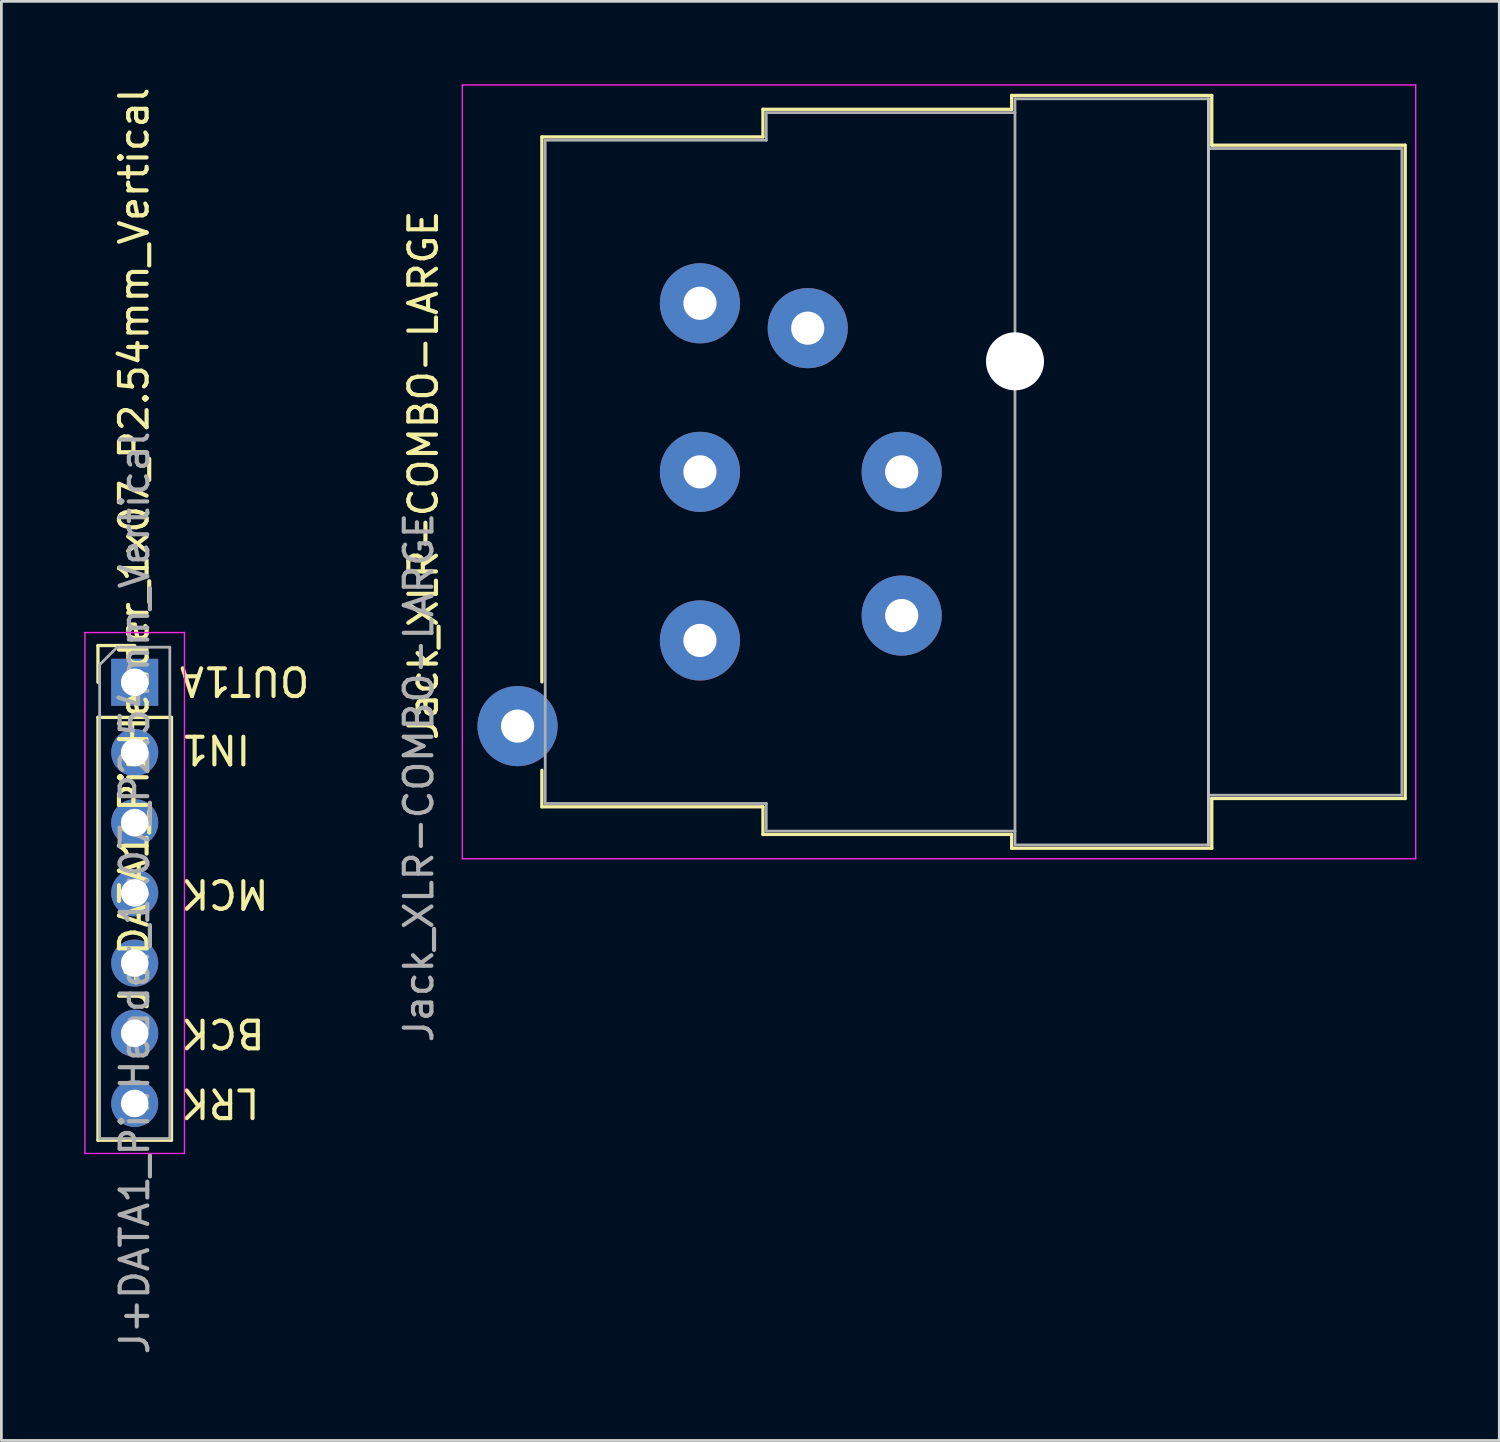
<source format=kicad_pcb>
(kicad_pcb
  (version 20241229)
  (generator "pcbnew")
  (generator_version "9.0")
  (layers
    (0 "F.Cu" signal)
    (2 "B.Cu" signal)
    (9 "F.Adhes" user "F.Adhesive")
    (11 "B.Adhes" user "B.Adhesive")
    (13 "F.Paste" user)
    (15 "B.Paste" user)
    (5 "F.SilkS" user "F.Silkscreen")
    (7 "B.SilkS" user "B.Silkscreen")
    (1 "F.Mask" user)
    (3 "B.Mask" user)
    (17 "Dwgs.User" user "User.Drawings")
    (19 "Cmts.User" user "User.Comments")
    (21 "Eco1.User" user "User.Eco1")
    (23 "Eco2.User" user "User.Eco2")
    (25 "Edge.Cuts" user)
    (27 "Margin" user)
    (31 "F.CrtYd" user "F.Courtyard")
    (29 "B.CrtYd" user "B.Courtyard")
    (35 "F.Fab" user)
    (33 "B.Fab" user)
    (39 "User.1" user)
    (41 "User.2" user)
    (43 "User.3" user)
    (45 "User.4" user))
  (footprint "Jack_XLR-COMBO-LARGE"
    (layer "F.Cu")
    (at 22.279 7.925)
    (property "Reference" "Jack_XLR-COMBO-LARGE" (at -10.008 6.227 90) (layer "F.SilkS") (effects (font (size 1 1) (thickness 0.15))))
    (attr through_hole)
    (fp_line (start -5.72 -6.02) (end -5.72 13.7) (stroke (width 0.12) (type solid)) (layer "F.SilkS"))
    (fp_line (start -5.72 16.9) (end -5.72 18.22) (stroke (width 0.12) (type solid)) (layer "F.SilkS"))
    (fp_line (start 2.28 -7.02) (end 2.28 -6.02) (stroke (width 0.12) (type solid)) (layer "F.SilkS"))
    (fp_line (start 2.28 -6.02) (end -5.72 -6.02) (stroke (width 0.12) (type solid)) (layer "F.SilkS"))
    (fp_line (start 2.28 18.22) (end -5.72 18.22) (stroke (width 0.12) (type solid)) (layer "F.SilkS"))
    (fp_line (start 2.28 19.22) (end 2.28 18.22) (stroke (width 0.12) (type solid)) (layer "F.SilkS"))
    (fp_line (start 11.28 -7.02) (end 2.28 -7.02) (stroke (width 0.12) (type solid)) (layer "F.SilkS"))
    (fp_line (start 11.28 -7.02) (end 11.28 -7.52) (stroke (width 0.12) (type solid)) (layer "F.SilkS"))
    (fp_line (start 11.28 19.22) (end 2.28 19.22) (stroke (width 0.12) (type solid)) (layer "F.SilkS"))
    (fp_line (start 11.28 19.72) (end 11.28 19.22) (stroke (width 0.12) (type solid)) (layer "F.SilkS"))
    (fp_line (start 18.52 -7.52) (end 11.28 -7.52) (stroke (width 0.12) (type solid)) (layer "F.SilkS"))
    (fp_line (start 18.52 -7.52) (end 18.52 -5.72) (stroke (width 0.12) (type solid)) (layer "F.SilkS"))
    (fp_line (start 18.52 -5.72) (end 25.52 -5.72) (stroke (width 0.12) (type solid)) (layer "F.SilkS"))
    (fp_line (start 18.52 17.92) (end 18.52 19.72) (stroke (width 0.12) (type solid)) (layer "F.SilkS"))
    (fp_line (start 18.52 17.92) (end 25.52 17.92) (stroke (width 0.12) (type solid)) (layer "F.SilkS"))
    (fp_line (start 18.52 19.72) (end 11.28 19.72) (stroke (width 0.12) (type solid)) (layer "F.SilkS"))
    (fp_line (start 25.52 -5.72) (end 25.52 17.92) (stroke (width 0.12) (type solid)) (layer "F.SilkS"))
    (fp_line (start 18.4 -7.4) (end 18.4 19.6) (stroke (width 0.1) (type solid)) (layer "Dwgs.User"))
    (fp_line (start -8.6 -7.9) (end -8.6 20.1) (stroke (width 0.05) (type solid)) (layer "F.CrtYd"))
    (fp_line (start 25.9 -7.9) (end -8.6 -7.9) (stroke (width 0.05) (type solid)) (layer "F.CrtYd"))
    (fp_line (start 25.9 -7.9) (end 25.9 20.1) (stroke (width 0.05) (type solid)) (layer "F.CrtYd"))
    (fp_line (start 25.9 20.1) (end -8.6 20.1) (stroke (width 0.05) (type solid)) (layer "F.CrtYd"))
    (fp_line (start -5.6 -5.9) (end -5.6 18.1) (stroke (width 0.1) (type solid)) (layer "F.Fab"))
    (fp_line (start -5.6 18.1) (end 2.4 18.1) (stroke (width 0.1) (type solid)) (layer "F.Fab"))
    (fp_line (start 2.4 -6.9) (end 2.4 -5.9) (stroke (width 0.1) (type solid)) (layer "F.Fab"))
    (fp_line (start 2.4 -5.9) (end -5.6 -5.9) (stroke (width 0.1) (type solid)) (layer "F.Fab"))
    (fp_line (start 2.4 18.1) (end 2.4 19.1) (stroke (width 0.1) (type solid)) (layer "F.Fab"))
    (fp_line (start 2.4 19.1) (end 11.4 19.1) (stroke (width 0.1) (type solid)) (layer "F.Fab"))
    (fp_line (start 11.4 -7.4) (end 18.4 -7.4) (stroke (width 0.1) (type solid)) (layer "F.Fab"))
    (fp_line (start 11.4 -6.9) (end 2.4 -6.9) (stroke (width 0.1) (type solid)) (layer "F.Fab"))
    (fp_line (start 11.4 19.6) (end 11.4 -7.4) (stroke (width 0.1) (type solid)) (layer "F.Fab"))
    (fp_line (start 18.4 -7.4) (end 18.4 19.6) (stroke (width 0.1) (type solid)) (layer "F.Fab"))
    (fp_line (start 18.4 -5.6) (end 25.4 -5.6) (stroke (width 0.1) (type solid)) (layer "F.Fab"))
    (fp_line (start 18.4 19.6) (end 11.4 19.6) (stroke (width 0.1) (type solid)) (layer "F.Fab"))
    (fp_line (start 25.4 -5.6) (end 25.4 17.8) (stroke (width 0.1) (type solid)) (layer "F.Fab"))
    (fp_line (start 25.4 17.8) (end 18.4 17.8) (stroke (width 0.1) (type solid)) (layer "F.Fab"))
    (fp_text user "${REFERENCE}" (at -10.173 17.162 90) (layer "F.Fab") (effects (font (size 1 1) (thickness 0.15))))
    (pad "" np_thru_hole circle (at 11.4 2.1) (size 2.1 2.1) (drill 2.1) (layers "*.Cu" "*.Mask"))
    (pad "1" thru_hole circle (at 0 0) (size 2.9 2.9) (drill 1.2) (layers "*.Cu" "*.Mask"))
    (pad "2" thru_hole circle (at 0 12.2) (size 2.9 2.9) (drill 1.2) (layers "*.Cu" "*.Mask"))
    (pad "3" thru_hole circle (at 0 6.1) (size 2.9 2.9) (drill 1.2) (layers "*.Cu" "*.Mask"))
    (pad "G" thru_hole circle (at 7.3 6.1) (size 2.9 2.9) (drill 1.2) (layers "*.Cu" "*.Mask"))
    (pad "R" thru_hole circle (at 3.9 0.9) (size 2.9 2.9) (drill 1.2) (layers "*.Cu" "*.Mask"))
    (pad "S" thru_hole circle (at 7.3 11.3) (size 2.9 2.9) (drill 1.2) (layers "*.Cu" "*.Mask"))
    (pad "T" thru_hole circle (at -6.6 15.3) (size 2.9 2.9) (drill 1.2) (layers "*.Cu" "*.Mask")))
  (footprint "J+DATA1_PinHeader_1x07_P2.54mm_Vertical"
    (layer "F.Cu")
    (at 1.825 21.64)
    (property "Reference" "J+DATA1_PinHeader_1x07_P2.54mm_Vertical" (at -0.025 -4.825 90) (layer "F.SilkS") (effects (font (size 1 1) (thickness 0.15))))
    (attr through_hole)
    (fp_line (start -1.33 -1.33) (end 0 -1.33) (stroke (width 0.12) (type solid)) (layer "F.SilkS"))
    (fp_line (start -1.33 0) (end -1.33 -1.33) (stroke (width 0.12) (type solid)) (layer "F.SilkS"))
    (fp_line (start -1.33 1.27) (end -1.33 16.57) (stroke (width 0.12) (type solid)) (layer "F.SilkS"))
    (fp_line (start -1.33 1.27) (end 1.33 1.27) (stroke (width 0.12) (type solid)) (layer "F.SilkS"))
    (fp_line (start -1.33 16.57) (end 1.33 16.57) (stroke (width 0.12) (type solid)) (layer "F.SilkS"))
    (fp_line (start 1.33 1.27) (end 1.33 16.57) (stroke (width 0.12) (type solid)) (layer "F.SilkS"))
    (fp_line (start -1.8 -1.8) (end -1.8 17.05) (stroke (width 0.05) (type solid)) (layer "F.CrtYd"))
    (fp_line (start -1.8 17.05) (end 1.8 17.05) (stroke (width 0.05) (type solid)) (layer "F.CrtYd"))
    (fp_line (start 1.8 -1.8) (end -1.8 -1.8) (stroke (width 0.05) (type solid)) (layer "F.CrtYd"))
    (fp_line (start 1.8 17.05) (end 1.8 -1.8) (stroke (width 0.05) (type solid)) (layer "F.CrtYd"))
    (fp_line (start -1.27 -0.635) (end -0.635 -1.27) (stroke (width 0.1) (type solid)) (layer "F.Fab"))
    (fp_line (start -1.27 16.51) (end -1.27 -0.635) (stroke (width 0.1) (type solid)) (layer "F.Fab"))
    (fp_line (start -0.635 -1.27) (end 1.27 -1.27) (stroke (width 0.1) (type solid)) (layer "F.Fab"))
    (fp_line (start 1.27 -1.27) (end 1.27 16.51) (stroke (width 0.1) (type solid)) (layer "F.Fab"))
    (fp_line (start 1.27 16.51) (end -1.27 16.51) (stroke (width 0.1) (type solid)) (layer "F.Fab"))
    (fp_text user "BCK" (at 3.192 12.7 180) (unlocked yes) (layer "F.SilkS") (effects (font (size 1 1) (thickness 0.15))))
    (fp_text user "IN1" (at 2.93 2.425 180) (unlocked yes) (layer "F.SilkS") (effects (font (size 1 1) (thickness 0.15))))
    (fp_text user "OUT1A" (at 3.975 -0.05 180) (unlocked yes) (layer "F.SilkS") (effects (font (size 1 1) (thickness 0.15))))
    (fp_text user "MCK" (at 3.263 7.65 180) (unlocked yes) (layer "F.SilkS") (effects (font (size 1 1) (thickness 0.15))))
    (fp_text user "LRK" (at 3.096 15.225 180) (unlocked yes) (layer "F.SilkS") (effects (font (size 1 1) (thickness 0.15))))
    (fp_text user "${REFERENCE}" (at 0 7.62 90) (layer "F.Fab") (effects (font (size 1 1) (thickness 0.15))))
    (pad "1" thru_hole rect (at 0 0) (size 1.7 1.7) (drill 1) (layers "*.Cu" "*.Mask"))
    (pad "2" thru_hole oval (at 0 2.54) (size 1.7 1.7) (drill 1) (layers "*.Cu" "*.Mask"))
    (pad "3" thru_hole oval (at 0 5.08) (size 1.7 1.7) (drill 1) (layers "*.Cu" "*.Mask"))
    (pad "4" thru_hole oval (at 0 7.62) (size 1.7 1.7) (drill 1) (layers "*.Cu" "*.Mask"))
    (pad "5" thru_hole oval (at 0 10.16) (size 1.7 1.7) (drill 1) (layers "*.Cu" "*.Mask"))
    (pad "6" thru_hole oval (at 0 12.7) (size 1.7 1.7) (drill 1) (layers "*.Cu" "*.Mask"))
    (pad "7" thru_hole oval (at 0 15.24) (size 1.7 1.7) (drill 1) (layers "*.Cu" "*.Mask")))
  (gr_rect
    (start -3 -3)
    (end 51.204 49.076)
    (stroke (width 0.1) (type default))
    (fill no)
    (layer "Edge.Cuts")))
</source>
